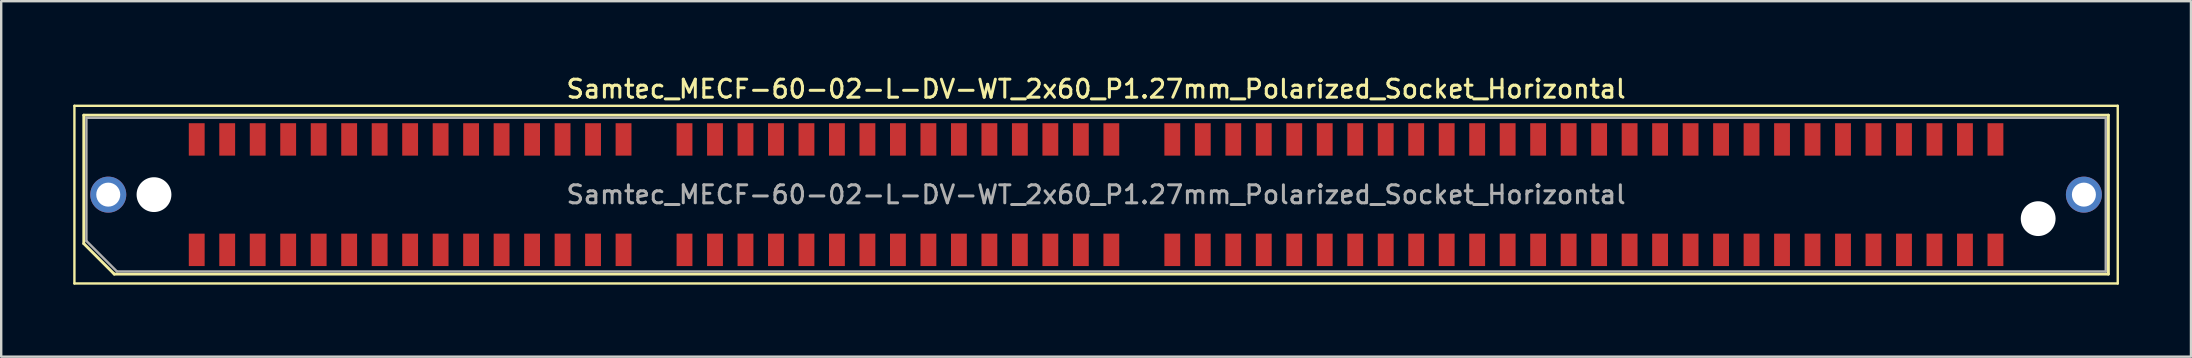
<source format=kicad_pcb>
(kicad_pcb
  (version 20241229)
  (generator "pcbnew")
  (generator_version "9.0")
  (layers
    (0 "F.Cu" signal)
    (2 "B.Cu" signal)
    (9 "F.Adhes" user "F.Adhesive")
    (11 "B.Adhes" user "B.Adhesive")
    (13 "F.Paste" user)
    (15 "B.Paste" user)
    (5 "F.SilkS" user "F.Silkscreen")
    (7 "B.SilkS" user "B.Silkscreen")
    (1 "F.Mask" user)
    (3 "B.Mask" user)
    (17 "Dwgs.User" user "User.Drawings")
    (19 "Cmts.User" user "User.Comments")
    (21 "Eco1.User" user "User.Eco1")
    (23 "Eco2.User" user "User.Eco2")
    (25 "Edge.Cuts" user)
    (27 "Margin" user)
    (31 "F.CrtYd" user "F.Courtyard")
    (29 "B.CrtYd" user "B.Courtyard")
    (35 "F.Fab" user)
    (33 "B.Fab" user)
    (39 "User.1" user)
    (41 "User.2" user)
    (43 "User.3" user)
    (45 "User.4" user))
  (footprint "Samtec_MECF-60-02-L-DV-WT_2x60_P1.27mm_Polarized_Socket_Horizontal"
    (layer "F.Cu")
    (at 42.61 5.058)
    (property "Reference" "Samtec_MECF-60-02-L-DV-WT_2x60_P1.27mm_Polarized_Socket_Horizontal" (at 0 -4.4 0) (layer "F.SilkS") (effects (font (size 0.75 0.75) (thickness 0.125))))
    (attr smd)
    (fp_line (start -42.56 -3.7) (end -42.56 3.7) (stroke (width 0.1) (type solid)) (layer "F.SilkS"))
    (fp_line (start -42.56 3.7) (end 42.56 3.7) (stroke (width 0.1) (type solid)) (layer "F.SilkS"))
    (fp_line (start -42.17 -3.31) (end 42.17 -3.31) (stroke (width 0.12) (type solid)) (layer "F.SilkS"))
    (fp_line (start -42.17 2.04) (end -42.17 -3.31) (stroke (width 0.12) (type solid)) (layer "F.SilkS"))
    (fp_line (start -40.9 3.31) (end -42.17 2.04) (stroke (width 0.12) (type solid)) (layer "F.SilkS"))
    (fp_line (start -40.9 3.31) (end 42.17 3.31) (stroke (width 0.12) (type solid)) (layer "F.SilkS"))
    (fp_line (start 42.17 3.31) (end 42.17 -3.31) (stroke (width 0.12) (type solid)) (layer "F.SilkS"))
    (fp_line (start 42.56 -3.7) (end -42.56 -3.7) (stroke (width 0.1) (type solid)) (layer "F.SilkS"))
    (fp_line (start 42.56 3.7) (end 42.56 -3.7) (stroke (width 0.1) (type solid)) (layer "F.SilkS"))
    (fp_line (start -42.06 -3.2) (end 42.06 -3.2) (stroke (width 0.1) (type solid)) (layer "F.Fab"))
    (fp_line (start -42.06 1.93) (end -42.06 -3.2) (stroke (width 0.1) (type solid)) (layer "F.Fab"))
    (fp_line (start -42.06 1.93) (end -40.79 3.2) (stroke (width 0.1) (type solid)) (layer "F.Fab"))
    (fp_line (start -40.79 3.2) (end 42.06 3.2) (stroke (width 0.1) (type solid)) (layer "F.Fab"))
    (fp_line (start 42.06 3.2) (end 42.06 -3.2) (stroke (width 0.1) (type solid)) (layer "F.Fab"))
    (fp_text user "${REFERENCE}" (at 0 0 0) (layer "F.Fab") (effects (font (size 0.75 0.75) (thickness 0.125))))
    (pad "" thru_hole circle (at -41.15 0) (size 1.5 1.5) (drill 1) (layers "*.Cu" "*.Mask"))
    (pad "" np_thru_hole circle (at -39.245 0) (size 1.45 1.45) (drill 1.45) (layers "*.Cu" "*.Mask"))
    (pad "" np_thru_hole circle (at 39.245 1) (size 1.45 1.45) (drill 1.45) (layers "*.Cu" "*.Mask"))
    (pad "" thru_hole circle (at 41.15 0) (size 1.5 1.5) (drill 1) (layers "*.Cu" "*.Mask"))
    (pad "1" smd rect (at -37.465 2.3) (size 0.66 1.35) (layers "F.Cu" "F.Mask" "F.Paste"))
    (pad "2" smd rect (at -37.465 -2.3) (size 0.66 1.35) (layers "F.Cu" "F.Mask" "F.Paste"))
    (pad "3" smd rect (at -36.195 2.3) (size 0.66 1.35) (layers "F.Cu" "F.Mask" "F.Paste"))
    (pad "4" smd rect (at -36.195 -2.3) (size 0.66 1.35) (layers "F.Cu" "F.Mask" "F.Paste"))
    (pad "5" smd rect (at -34.925 2.3) (size 0.66 1.35) (layers "F.Cu" "F.Mask" "F.Paste"))
    (pad "6" smd rect (at -34.925 -2.3) (size 0.66 1.35) (layers "F.Cu" "F.Mask" "F.Paste"))
    (pad "7" smd rect (at -33.655 2.3) (size 0.66 1.35) (layers "F.Cu" "F.Mask" "F.Paste"))
    (pad "8" smd rect (at -33.655 -2.3) (size 0.66 1.35) (layers "F.Cu" "F.Mask" "F.Paste"))
    (pad "9" smd rect (at -32.385 2.3) (size 0.66 1.35) (layers "F.Cu" "F.Mask" "F.Paste"))
    (pad "10" smd rect (at -32.385 -2.3) (size 0.66 1.35) (layers "F.Cu" "F.Mask" "F.Paste"))
    (pad "11" smd rect (at -31.115 2.3) (size 0.66 1.35) (layers "F.Cu" "F.Mask" "F.Paste"))
    (pad "12" smd rect (at -31.115 -2.3) (size 0.66 1.35) (layers "F.Cu" "F.Mask" "F.Paste"))
    (pad "13" smd rect (at -29.845 2.3) (size 0.66 1.35) (layers "F.Cu" "F.Mask" "F.Paste"))
    (pad "14" smd rect (at -29.845 -2.3) (size 0.66 1.35) (layers "F.Cu" "F.Mask" "F.Paste"))
    (pad "15" smd rect (at -28.575 2.3) (size 0.66 1.35) (layers "F.Cu" "F.Mask" "F.Paste"))
    (pad "16" smd rect (at -28.575 -2.3) (size 0.66 1.35) (layers "F.Cu" "F.Mask" "F.Paste"))
    (pad "17" smd rect (at -27.305 2.3) (size 0.66 1.35) (layers "F.Cu" "F.Mask" "F.Paste"))
    (pad "18" smd rect (at -27.305 -2.3) (size 0.66 1.35) (layers "F.Cu" "F.Mask" "F.Paste"))
    (pad "19" smd rect (at -26.035 2.3) (size 0.66 1.35) (layers "F.Cu" "F.Mask" "F.Paste"))
    (pad "20" smd rect (at -26.035 -2.3) (size 0.66 1.35) (layers "F.Cu" "F.Mask" "F.Paste"))
    (pad "21" smd rect (at -24.765 2.3) (size 0.66 1.35) (layers "F.Cu" "F.Mask" "F.Paste"))
    (pad "22" smd rect (at -24.765 -2.3) (size 0.66 1.35) (layers "F.Cu" "F.Mask" "F.Paste"))
    (pad "23" smd rect (at -23.495 2.3) (size 0.66 1.35) (layers "F.Cu" "F.Mask" "F.Paste"))
    (pad "24" smd rect (at -23.495 -2.3) (size 0.66 1.35) (layers "F.Cu" "F.Mask" "F.Paste"))
    (pad "25" smd rect (at -22.225 2.3) (size 0.66 1.35) (layers "F.Cu" "F.Mask" "F.Paste"))
    (pad "26" smd rect (at -22.225 -2.3) (size 0.66 1.35) (layers "F.Cu" "F.Mask" "F.Paste"))
    (pad "27" smd rect (at -20.955 2.3) (size 0.66 1.35) (layers "F.Cu" "F.Mask" "F.Paste"))
    (pad "28" smd rect (at -20.955 -2.3) (size 0.66 1.35) (layers "F.Cu" "F.Mask" "F.Paste"))
    (pad "29" smd rect (at -19.685 2.3) (size 0.66 1.35) (layers "F.Cu" "F.Mask" "F.Paste"))
    (pad "30" smd rect (at -19.685 -2.3) (size 0.66 1.35) (layers "F.Cu" "F.Mask" "F.Paste"))
    (pad "33" smd rect (at -17.145 2.3) (size 0.66 1.35) (layers "F.Cu" "F.Mask" "F.Paste"))
    (pad "34" smd rect (at -17.145 -2.3) (size 0.66 1.35) (layers "F.Cu" "F.Mask" "F.Paste"))
    (pad "35" smd rect (at -15.875 2.3) (size 0.66 1.35) (layers "F.Cu" "F.Mask" "F.Paste"))
    (pad "36" smd rect (at -15.875 -2.3) (size 0.66 1.35) (layers "F.Cu" "F.Mask" "F.Paste"))
    (pad "37" smd rect (at -14.605 2.3) (size 0.66 1.35) (layers "F.Cu" "F.Mask" "F.Paste"))
    (pad "38" smd rect (at -14.605 -2.3) (size 0.66 1.35) (layers "F.Cu" "F.Mask" "F.Paste"))
    (pad "39" smd rect (at -13.335 2.3) (size 0.66 1.35) (layers "F.Cu" "F.Mask" "F.Paste"))
    (pad "40" smd rect (at -13.335 -2.3) (size 0.66 1.35) (layers "F.Cu" "F.Mask" "F.Paste"))
    (pad "41" smd rect (at -12.065 2.3) (size 0.66 1.35) (layers "F.Cu" "F.Mask" "F.Paste"))
    (pad "42" smd rect (at -12.065 -2.3) (size 0.66 1.35) (layers "F.Cu" "F.Mask" "F.Paste"))
    (pad "43" smd rect (at -10.795 2.3) (size 0.66 1.35) (layers "F.Cu" "F.Mask" "F.Paste"))
    (pad "44" smd rect (at -10.795 -2.3) (size 0.66 1.35) (layers "F.Cu" "F.Mask" "F.Paste"))
    (pad "45" smd rect (at -9.525 2.3) (size 0.66 1.35) (layers "F.Cu" "F.Mask" "F.Paste"))
    (pad "46" smd rect (at -9.525 -2.3) (size 0.66 1.35) (layers "F.Cu" "F.Mask" "F.Paste"))
    (pad "47" smd rect (at -8.255 2.3) (size 0.66 1.35) (layers "F.Cu" "F.Mask" "F.Paste"))
    (pad "48" smd rect (at -8.255 -2.3) (size 0.66 1.35) (layers "F.Cu" "F.Mask" "F.Paste"))
    (pad "49" smd rect (at -6.985 2.3) (size 0.66 1.35) (layers "F.Cu" "F.Mask" "F.Paste"))
    (pad "50" smd rect (at -6.985 -2.3) (size 0.66 1.35) (layers "F.Cu" "F.Mask" "F.Paste"))
    (pad "51" smd rect (at -5.715 2.3) (size 0.66 1.35) (layers "F.Cu" "F.Mask" "F.Paste"))
    (pad "52" smd rect (at -5.715 -2.3) (size 0.66 1.35) (layers "F.Cu" "F.Mask" "F.Paste"))
    (pad "53" smd rect (at -4.445 2.3) (size 0.66 1.35) (layers "F.Cu" "F.Mask" "F.Paste"))
    (pad "54" smd rect (at -4.445 -2.3) (size 0.66 1.35) (layers "F.Cu" "F.Mask" "F.Paste"))
    (pad "55" smd rect (at -3.175 2.3) (size 0.66 1.35) (layers "F.Cu" "F.Mask" "F.Paste"))
    (pad "56" smd rect (at -3.175 -2.3) (size 0.66 1.35) (layers "F.Cu" "F.Mask" "F.Paste"))
    (pad "57" smd rect (at -1.905 2.3) (size 0.66 1.35) (layers "F.Cu" "F.Mask" "F.Paste"))
    (pad "58" smd rect (at -1.905 -2.3) (size 0.66 1.35) (layers "F.Cu" "F.Mask" "F.Paste"))
    (pad "59" smd rect (at -0.635 2.3) (size 0.66 1.35) (layers "F.Cu" "F.Mask" "F.Paste"))
    (pad "60" smd rect (at -0.635 -2.3) (size 0.66 1.35) (layers "F.Cu" "F.Mask" "F.Paste"))
    (pad "61" smd rect (at 0.635 2.3) (size 0.66 1.35) (layers "F.Cu" "F.Mask" "F.Paste"))
    (pad "62" smd rect (at 0.635 -2.3) (size 0.66 1.35) (layers "F.Cu" "F.Mask" "F.Paste"))
    (pad "65" smd rect (at 3.175 2.3) (size 0.66 1.35) (layers "F.Cu" "F.Mask" "F.Paste"))
    (pad "66" smd rect (at 3.175 -2.3) (size 0.66 1.35) (layers "F.Cu" "F.Mask" "F.Paste"))
    (pad "67" smd rect (at 4.445 2.3) (size 0.66 1.35) (layers "F.Cu" "F.Mask" "F.Paste"))
    (pad "68" smd rect (at 4.445 -2.3) (size 0.66 1.35) (layers "F.Cu" "F.Mask" "F.Paste"))
    (pad "69" smd rect (at 5.715 2.3) (size 0.66 1.35) (layers "F.Cu" "F.Mask" "F.Paste"))
    (pad "70" smd rect (at 5.715 -2.3) (size 0.66 1.35) (layers "F.Cu" "F.Mask" "F.Paste"))
    (pad "71" smd rect (at 6.985 2.3) (size 0.66 1.35) (layers "F.Cu" "F.Mask" "F.Paste"))
    (pad "72" smd rect (at 6.985 -2.3) (size 0.66 1.35) (layers "F.Cu" "F.Mask" "F.Paste"))
    (pad "73" smd rect (at 8.255 2.3) (size 0.66 1.35) (layers "F.Cu" "F.Mask" "F.Paste"))
    (pad "74" smd rect (at 8.255 -2.3) (size 0.66 1.35) (layers "F.Cu" "F.Mask" "F.Paste"))
    (pad "75" smd rect (at 9.525 2.3) (size 0.66 1.35) (layers "F.Cu" "F.Mask" "F.Paste"))
    (pad "76" smd rect (at 9.525 -2.3) (size 0.66 1.35) (layers "F.Cu" "F.Mask" "F.Paste"))
    (pad "77" smd rect (at 10.795 2.3) (size 0.66 1.35) (layers "F.Cu" "F.Mask" "F.Paste"))
    (pad "78" smd rect (at 10.795 -2.3) (size 0.66 1.35) (layers "F.Cu" "F.Mask" "F.Paste"))
    (pad "79" smd rect (at 12.065 2.3) (size 0.66 1.35) (layers "F.Cu" "F.Mask" "F.Paste"))
    (pad "80" smd rect (at 12.065 -2.3) (size 0.66 1.35) (layers "F.Cu" "F.Mask" "F.Paste"))
    (pad "81" smd rect (at 13.335 2.3) (size 0.66 1.35) (layers "F.Cu" "F.Mask" "F.Paste"))
    (pad "82" smd rect (at 13.335 -2.3) (size 0.66 1.35) (layers "F.Cu" "F.Mask" "F.Paste"))
    (pad "83" smd rect (at 14.605 2.3) (size 0.66 1.35) (layers "F.Cu" "F.Mask" "F.Paste"))
    (pad "84" smd rect (at 14.605 -2.3) (size 0.66 1.35) (layers "F.Cu" "F.Mask" "F.Paste"))
    (pad "85" smd rect (at 15.875 2.3) (size 0.66 1.35) (layers "F.Cu" "F.Mask" "F.Paste"))
    (pad "86" smd rect (at 15.875 -2.3) (size 0.66 1.35) (layers "F.Cu" "F.Mask" "F.Paste"))
    (pad "87" smd rect (at 17.145 2.3) (size 0.66 1.35) (layers "F.Cu" "F.Mask" "F.Paste"))
    (pad "88" smd rect (at 17.145 -2.3) (size 0.66 1.35) (layers "F.Cu" "F.Mask" "F.Paste"))
    (pad "89" smd rect (at 18.415 2.3) (size 0.66 1.35) (layers "F.Cu" "F.Mask" "F.Paste"))
    (pad "90" smd rect (at 18.415 -2.3) (size 0.66 1.35) (layers "F.Cu" "F.Mask" "F.Paste"))
    (pad "91" smd rect (at 19.685 2.3) (size 0.66 1.35) (layers "F.Cu" "F.Mask" "F.Paste"))
    (pad "92" smd rect (at 19.685 -2.3) (size 0.66 1.35) (layers "F.Cu" "F.Mask" "F.Paste"))
    (pad "93" smd rect (at 20.955 2.3) (size 0.66 1.35) (layers "F.Cu" "F.Mask" "F.Paste"))
    (pad "94" smd rect (at 20.955 -2.3) (size 0.66 1.35) (layers "F.Cu" "F.Mask" "F.Paste"))
    (pad "95" smd rect (at 22.225 2.3) (size 0.66 1.35) (layers "F.Cu" "F.Mask" "F.Paste"))
    (pad "96" smd rect (at 22.225 -2.3) (size 0.66 1.35) (layers "F.Cu" "F.Mask" "F.Paste"))
    (pad "97" smd rect (at 23.495 2.3) (size 0.66 1.35) (layers "F.Cu" "F.Mask" "F.Paste"))
    (pad "98" smd rect (at 23.495 -2.3) (size 0.66 1.35) (layers "F.Cu" "F.Mask" "F.Paste"))
    (pad "99" smd rect (at 24.765 2.3) (size 0.66 1.35) (layers "F.Cu" "F.Mask" "F.Paste"))
    (pad "100" smd rect (at 24.765 -2.3) (size 0.66 1.35) (layers "F.Cu" "F.Mask" "F.Paste"))
    (pad "101" smd rect (at 26.035 2.3) (size 0.66 1.35) (layers "F.Cu" "F.Mask" "F.Paste"))
    (pad "102" smd rect (at 26.035 -2.3) (size 0.66 1.35) (layers "F.Cu" "F.Mask" "F.Paste"))
    (pad "103" smd rect (at 27.305 2.3) (size 0.66 1.35) (layers "F.Cu" "F.Mask" "F.Paste"))
    (pad "104" smd rect (at 27.305 -2.3) (size 0.66 1.35) (layers "F.Cu" "F.Mask" "F.Paste"))
    (pad "105" smd rect (at 28.575 2.3) (size 0.66 1.35) (layers "F.Cu" "F.Mask" "F.Paste"))
    (pad "106" smd rect (at 28.575 -2.3) (size 0.66 1.35) (layers "F.Cu" "F.Mask" "F.Paste"))
    (pad "107" smd rect (at 29.845 2.3) (size 0.66 1.35) (layers "F.Cu" "F.Mask" "F.Paste"))
    (pad "108" smd rect (at 29.845 -2.3) (size 0.66 1.35) (layers "F.Cu" "F.Mask" "F.Paste"))
    (pad "109" smd rect (at 31.115 2.3) (size 0.66 1.35) (layers "F.Cu" "F.Mask" "F.Paste"))
    (pad "110" smd rect (at 31.115 -2.3) (size 0.66 1.35) (layers "F.Cu" "F.Mask" "F.Paste"))
    (pad "111" smd rect (at 32.385 2.3) (size 0.66 1.35) (layers "F.Cu" "F.Mask" "F.Paste"))
    (pad "112" smd rect (at 32.385 -2.3) (size 0.66 1.35) (layers "F.Cu" "F.Mask" "F.Paste"))
    (pad "113" smd rect (at 33.655 2.3) (size 0.66 1.35) (layers "F.Cu" "F.Mask" "F.Paste"))
    (pad "114" smd rect (at 33.655 -2.3) (size 0.66 1.35) (layers "F.Cu" "F.Mask" "F.Paste"))
    (pad "115" smd rect (at 34.925 2.3) (size 0.66 1.35) (layers "F.Cu" "F.Mask" "F.Paste"))
    (pad "116" smd rect (at 34.925 -2.3) (size 0.66 1.35) (layers "F.Cu" "F.Mask" "F.Paste"))
    (pad "117" smd rect (at 36.195 2.3) (size 0.66 1.35) (layers "F.Cu" "F.Mask" "F.Paste"))
    (pad "118" smd rect (at 36.195 -2.3) (size 0.66 1.35) (layers "F.Cu" "F.Mask" "F.Paste"))
    (pad "119" smd rect (at 37.465 2.3) (size 0.66 1.35) (layers "F.Cu" "F.Mask" "F.Paste"))
    (pad "120" smd rect (at 37.465 -2.3) (size 0.66 1.35) (layers "F.Cu" "F.Mask" "F.Paste")))
  (gr_rect
    (start -3 -3)
    (end 88.22 11.808)
    (stroke (width 0.1) (type default))
    (fill no)
    (layer "Edge.Cuts")))
</source>
